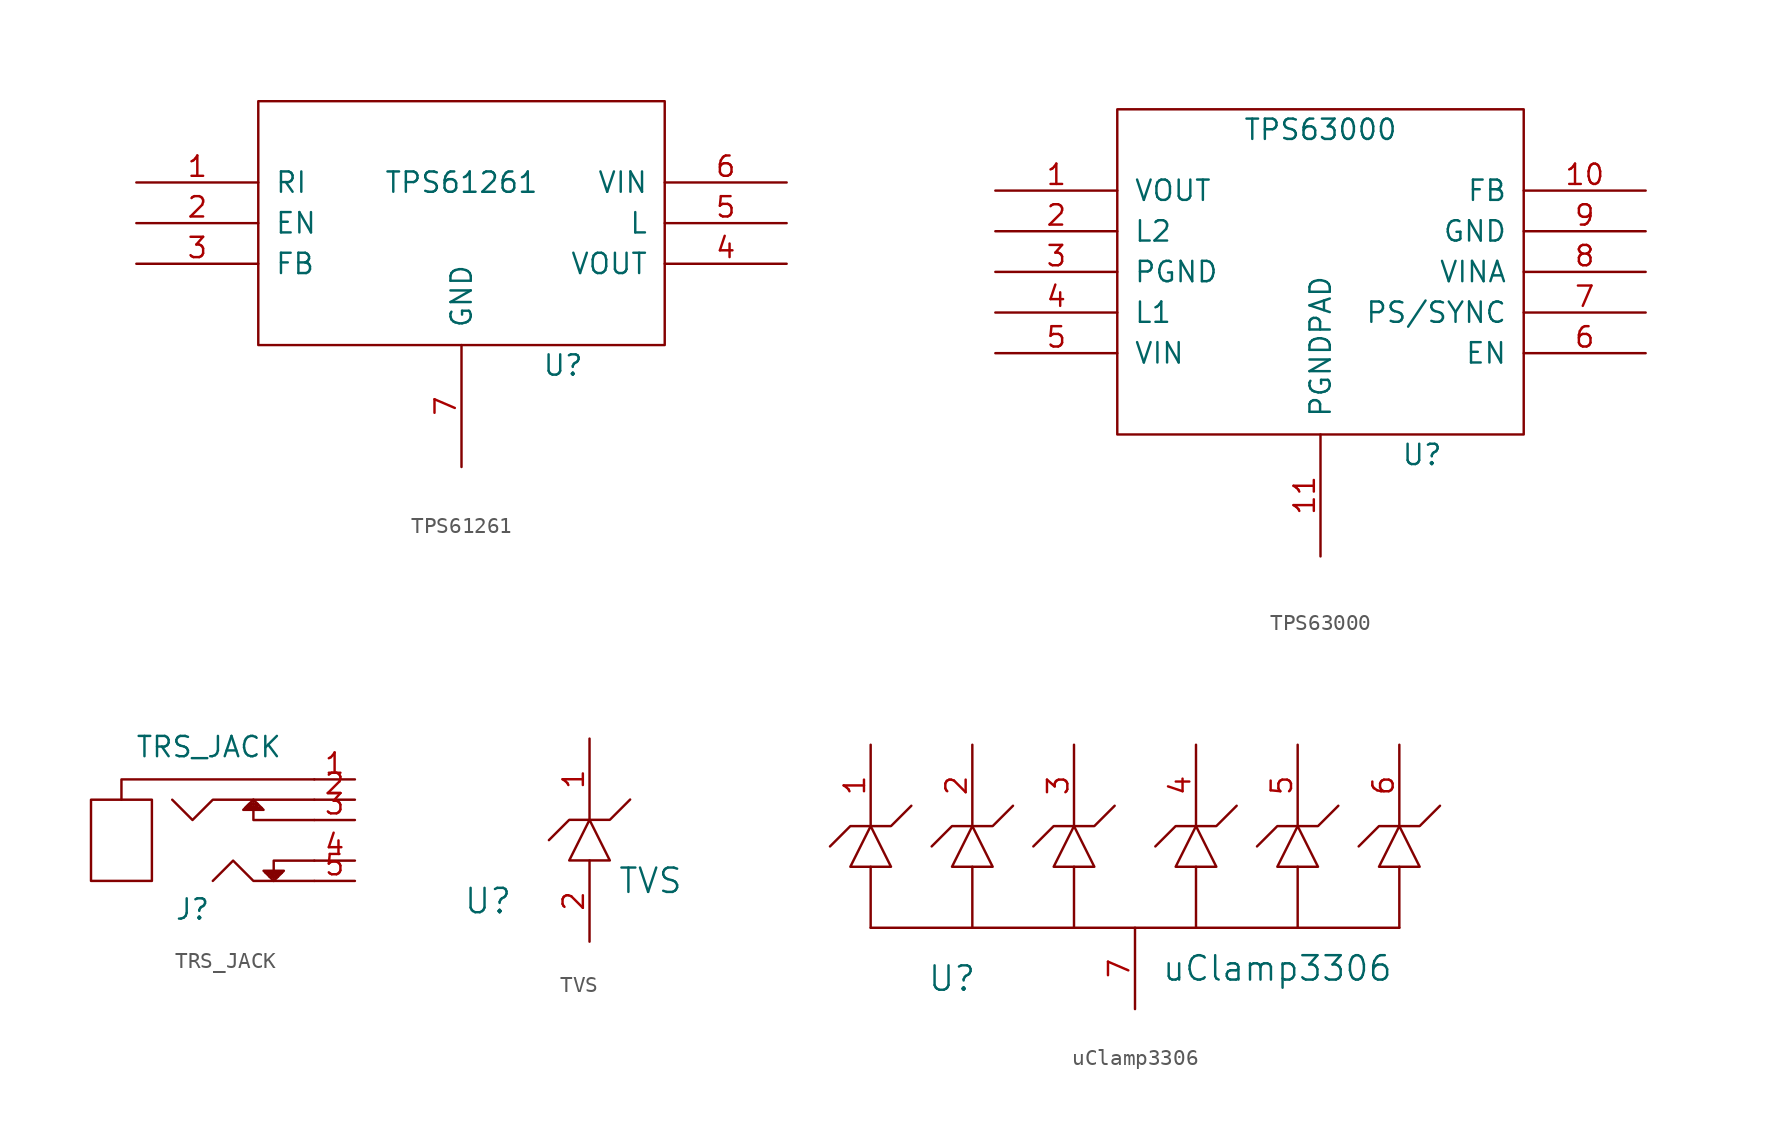
<source format=kicad_sym>
(kicad_symbol_lib
  (version 20220914)
  (generator kicad_symbol_editor)
  (symbol "TPS61261"
    (pin_names
      (offset 1.016))
    (property "Reference" "U"
      (at 6.35 -8.89 0)
      (effects (font (size 1.27 1.27))))
    (property "Value" "TPS61261"
      (at 0 2.54 0)
      (effects (font (size 1.27 1.27))))
    (symbol "TPS61261_1_0"
      (rectangle (start -12.7 -7.62) (end 12.7 7.62) (stroke (width 0) (type solid)) (fill (type none))))
    (symbol "TPS61261_1_1"
      (pin input line (at -20.32 2.54 0) (length 7.62) (name "RI" (effects (font (size 1.27 1.27)))) (number "1" (effects (font (size 1.27 1.27)))))
      (pin input line (at -20.32 0 0) (length 7.62) (name "EN" (effects (font (size 1.27 1.27)))) (number "2" (effects (font (size 1.27 1.27)))))
      (pin input line (at -20.32 -2.54 0) (length 7.62) (name "FB" (effects (font (size 1.27 1.27)))) (number "3" (effects (font (size 1.27 1.27)))))
      (pin power_out line (at 20.32 -2.54 180) (length 7.62) (name "VOUT" (effects (font (size 1.27 1.27)))) (number "4" (effects (font (size 1.27 1.27)))))
      (pin passive line (at 20.32 0 180) (length 7.62) (name "L" (effects (font (size 1.27 1.27)))) (number "5" (effects (font (size 1.27 1.27)))))
      (pin power_in line (at 20.32 2.54 180) (length 7.62) (name "VIN" (effects (font (size 1.27 1.27)))) (number "6" (effects (font (size 1.27 1.27)))))
      (pin power_in line (at 0 -15.24 90) (length 7.62) (name "GND" (effects (font (size 1.27 1.27)))) (number "7" (effects (font (size 1.27 1.27)))))))
  (symbol "TPS63000"
    (pin_names
      (offset 1.016))
    (property "Reference" "U"
      (at 6.35 -11.43 0)
      (effects (font (size 1.27 1.27))))
    (property "Value" "TPS63000"
      (at 0 8.89 0)
      (effects (font (size 1.27 1.27))))
    (symbol "TPS63000_1_0"
      (rectangle (start -12.7 -10.16) (end 12.7 10.16) (stroke (width 0) (type solid)) (fill (type none))))
    (symbol "TPS63000_1_1"
      (pin power_out line (at -20.32 5.08 0) (length 7.62) (name "VOUT" (effects (font (size 1.27 1.27)))) (number "1" (effects (font (size 1.27 1.27)))))
      (pin input line (at 20.32 5.08 180) (length 7.62) (name "FB" (effects (font (size 1.27 1.27)))) (number "10" (effects (font (size 1.27 1.27)))))
      (pin power_out line (at 0 -17.78 90) (length 7.62) (name "PGNDPAD" (effects (font (size 1.27 1.27)))) (number "11" (effects (font (size 1.27 1.27)))))
      (pin unspecified line (at -20.32 2.54 0) (length 7.62) (name "L2" (effects (font (size 1.27 1.27)))) (number "2" (effects (font (size 1.27 1.27)))))
      (pin power_out line (at -20.32 0 0) (length 7.62) (name "PGND" (effects (font (size 1.27 1.27)))) (number "3" (effects (font (size 1.27 1.27)))))
      (pin unspecified line (at -20.32 -2.54 0) (length 7.62) (name "L1" (effects (font (size 1.27 1.27)))) (number "4" (effects (font (size 1.27 1.27)))))
      (pin power_in line (at -20.32 -5.08 0) (length 7.62) (name "VIN" (effects (font (size 1.27 1.27)))) (number "5" (effects (font (size 1.27 1.27)))))
      (pin input line (at 20.32 -5.08 180) (length 7.62) (name "EN" (effects (font (size 1.27 1.27)))) (number "6" (effects (font (size 1.27 1.27)))))
      (pin input line (at 20.32 -2.54 180) (length 7.62) (name "PS/SYNC" (effects (font (size 1.27 1.27)))) (number "7" (effects (font (size 1.27 1.27)))))
      (pin power_in line (at 20.32 0 180) (length 7.62) (name "VINA" (effects (font (size 1.27 1.27)))) (number "8" (effects (font (size 1.27 1.27)))))
      (pin power_in line (at 20.32 2.54 180) (length 7.62) (name "GND" (effects (font (size 1.27 1.27)))) (number "9" (effects (font (size 1.27 1.27)))))))
  (symbol "TRS_JACK"
    (pin_names
      (offset 1.016))
    (property "Reference" "J"
      (at 0 -4.318 0)
      (effects (font (size 1.27 1.27))))
    (property "Value" "TRS_JACK"
      (at 1.016 5.842 0)
      (effects (font (size 1.27 1.27))))
    (symbol "TRS_JACK_0_1"
      (rectangle (start -6.35 2.54) (end -2.54 -2.54) (stroke (width 0) (type solid)) (fill (type none)))
      (polyline (pts (xy -4.445 2.54) (xy -4.445 3.81) (xy 7.62 3.81)) (stroke (width 0) (type solid)) (fill (type none)))
      (polyline (pts (xy 3.81 2.54) (xy 3.81 1.27) (xy 7.62 1.27)) (stroke (width 0) (type solid)) (fill (type none)))
      (polyline (pts (xy 5.08 -2.54) (xy 5.08 -1.27) (xy 7.62 -1.27)) (stroke (width 0) (type solid)) (fill (type none)))
      (polyline (pts (xy -1.27 2.54) (xy 0 1.27) (xy 1.27 2.54) (xy 7.62 2.54)) (stroke (width 0) (type solid)) (fill (type none)))
      (polyline (pts (xy 1.27 -2.54) (xy 2.54 -1.27) (xy 3.81 -2.54) (xy 7.62 -2.54)) (stroke (width 0) (type solid)) (fill (type none)))
      (polyline (pts (xy 3.81 2.54) (xy 3.175 1.905) (xy 4.445 1.905) (xy 3.81 2.54)) (stroke (width 0) (type solid)) (fill (type none)))
      (polyline (pts (xy 5.08 -2.54) (xy 5.715 -1.905) (xy 4.445 -1.905) (xy 5.08 -2.54)) (stroke (width 0) (type solid)) (fill (type none)))
      (polyline (pts (xy 4.826 -2.286) (xy 5.334 -2.286) (xy 4.572 -2.032) (xy 5.588 -2.032) (xy 5.08 -2.286) (xy 5.334 -2.032)) (stroke (width 0) (type solid)) (fill (type none)))
      (polyline (pts (xy 4.318 2.032) (xy 3.302 2.032) (xy 3.556 2.286) (xy 4.064 2.286) (xy 4.064 2.032) (xy 3.556 2.032) (xy 3.556 2.286) (xy 3.81 2.032) (xy 4.064 2.286)) (stroke (width 0) (type solid)) (fill (type none))))
    (symbol "TRS_JACK_1_1"
      (pin input line (at 10.16 3.81 180) (length 2.54) (name "~" (effects (font (size 1.27 1.27)))) (number "1" (effects (font (size 1.27 1.27)))))
      (pin input line (at 10.16 2.54 180) (length 2.54) (name "~" (effects (font (size 1.27 1.27)))) (number "2" (effects (font (size 1.27 1.27)))))
      (pin input line (at 10.16 1.27 180) (length 2.54) (name "~" (effects (font (size 1.27 1.27)))) (number "3" (effects (font (size 1.27 1.27)))))
      (pin input line (at 10.16 -1.27 180) (length 2.54) (name "~" (effects (font (size 1.27 1.27)))) (number "4" (effects (font (size 1.27 1.27)))))
      (pin input line (at 10.16 -2.54 180) (length 2.54) (name "~" (effects (font (size 1.27 1.27)))) (number "5" (effects (font (size 1.27 1.27)))))))
  (symbol "TVS"
    (pin_names
      (offset 1.016))
    (property "Reference" "U"
      (at -6.35 -3.81 0)
      (effects (font (size 1.524 1.524))))
    (property "Value" "TVS"
      (at 3.81 -2.54 0)
      (effects (font (size 1.524 1.524))))
    (symbol "TVS_0_1"
      (polyline (pts (xy -2.54 0) (xy -1.27 1.27) (xy 1.27 1.27) (xy 2.54 2.54)) (stroke (width 0) (type solid)) (fill (type none)))
      (polyline (pts (xy 0 1.27) (xy -1.27 -1.27) (xy 1.27 -1.27) (xy 0 1.27)) (stroke (width 0) (type solid)) (fill (type none))))
    (symbol "TVS_1_1"
      (pin input line (at 0 6.35 270) (length 5.08) (name "~" (effects (font (size 1.27 1.27)))) (number "1" (effects (font (size 1.27 1.27)))))
      (pin power_in line (at 0 -6.35 90) (length 5.08) (name "~" (effects (font (size 1.27 1.27)))) (number "2" (effects (font (size 1.27 1.27)))))))
  (symbol "uClamp3306"
    (pin_names
      (offset 1.016))
    (property "Reference" "U"
      (at -11.43 -4.445 0)
      (effects (font (size 1.524 1.524))))
    (property "Value" "uClamp3306"
      (at 8.89 -3.81 0)
      (effects (font (size 1.524 1.524))))
    (symbol "uClamp3306_0_1"
      (polyline (pts (xy -16.51 2.54) (xy -16.51 -1.27)) (stroke (width 0) (type solid)) (fill (type none)))
      (polyline (pts (xy -10.16 2.54) (xy -10.16 -1.27)) (stroke (width 0) (type solid)) (fill (type none)))
      (polyline (pts (xy -3.81 2.54) (xy -3.81 -1.27)) (stroke (width 0) (type solid)) (fill (type none)))
      (polyline (pts (xy 3.81 2.54) (xy 3.81 -1.27)) (stroke (width 0) (type solid)) (fill (type none)))
      (polyline (pts (xy 10.16 2.54) (xy 10.16 -1.27)) (stroke (width 0) (type solid)) (fill (type none)))
      (polyline (pts (xy 16.51 -1.27) (xy -16.51 -1.27)) (stroke (width 0) (type solid)) (fill (type none)))
      (polyline (pts (xy 16.51 2.54) (xy 16.51 -1.27)) (stroke (width 0) (type solid)) (fill (type none)))
      (polyline (pts (xy -19.05 3.81) (xy -17.78 5.08) (xy -15.24 5.08) (xy -13.97 6.35)) (stroke (width 0) (type solid)) (fill (type none)))
      (polyline (pts (xy -16.51 5.08) (xy -17.78 2.54) (xy -15.24 2.54) (xy -16.51 5.08)) (stroke (width 0) (type solid)) (fill (type none)))
      (polyline (pts (xy -12.7 3.81) (xy -11.43 5.08) (xy -8.89 5.08) (xy -7.62 6.35)) (stroke (width 0) (type solid)) (fill (type none)))
      (polyline (pts (xy -10.16 5.08) (xy -11.43 2.54) (xy -8.89 2.54) (xy -10.16 5.08)) (stroke (width 0) (type solid)) (fill (type none)))
      (polyline (pts (xy -6.35 3.81) (xy -5.08 5.08) (xy -2.54 5.08) (xy -1.27 6.35)) (stroke (width 0) (type solid)) (fill (type none)))
      (polyline (pts (xy -3.81 5.08) (xy -5.08 2.54) (xy -2.54 2.54) (xy -3.81 5.08)) (stroke (width 0) (type solid)) (fill (type none)))
      (polyline (pts (xy 1.27 3.81) (xy 2.54 5.08) (xy 5.08 5.08) (xy 6.35 6.35)) (stroke (width 0) (type solid)) (fill (type none)))
      (polyline (pts (xy 3.81 5.08) (xy 2.54 2.54) (xy 5.08 2.54) (xy 3.81 5.08)) (stroke (width 0) (type solid)) (fill (type none)))
      (polyline (pts (xy 7.62 3.81) (xy 8.89 5.08) (xy 11.43 5.08) (xy 12.7 6.35)) (stroke (width 0) (type solid)) (fill (type none)))
      (polyline (pts (xy 10.16 5.08) (xy 8.89 2.54) (xy 11.43 2.54) (xy 10.16 5.08)) (stroke (width 0) (type solid)) (fill (type none)))
      (polyline (pts (xy 13.97 3.81) (xy 15.24 5.08) (xy 17.78 5.08) (xy 19.05 6.35)) (stroke (width 0) (type solid)) (fill (type none)))
      (polyline (pts (xy 16.51 5.08) (xy 15.24 2.54) (xy 17.78 2.54) (xy 16.51 5.08)) (stroke (width 0) (type solid)) (fill (type none))))
    (symbol "uClamp3306_1_1"
      (pin input line (at -16.51 10.16 270) (length 5.08) (name "~" (effects (font (size 1.27 1.27)))) (number "1" (effects (font (size 1.27 1.27)))))
      (pin input line (at -10.16 10.16 270) (length 5.08) (name "~" (effects (font (size 1.27 1.27)))) (number "2" (effects (font (size 1.27 1.27)))))
      (pin input line (at -3.81 10.16 270) (length 5.08) (name "~" (effects (font (size 1.27 1.27)))) (number "3" (effects (font (size 1.27 1.27)))))
      (pin input line (at 3.81 10.16 270) (length 5.08) (name "~" (effects (font (size 1.27 1.27)))) (number "4" (effects (font (size 1.27 1.27)))))
      (pin input line (at 10.16 10.16 270) (length 5.08) (name "~" (effects (font (size 1.27 1.27)))) (number "5" (effects (font (size 1.27 1.27)))))
      (pin input line (at 16.51 10.16 270) (length 5.08) (name "~" (effects (font (size 1.27 1.27)))) (number "6" (effects (font (size 1.27 1.27)))))
      (pin power_in line (at 0 -6.35 90) (length 5.08) (name "~" (effects (font (size 1.27 1.27)))) (number "7" (effects (font (size 1.27 1.27))))))))
</source>
